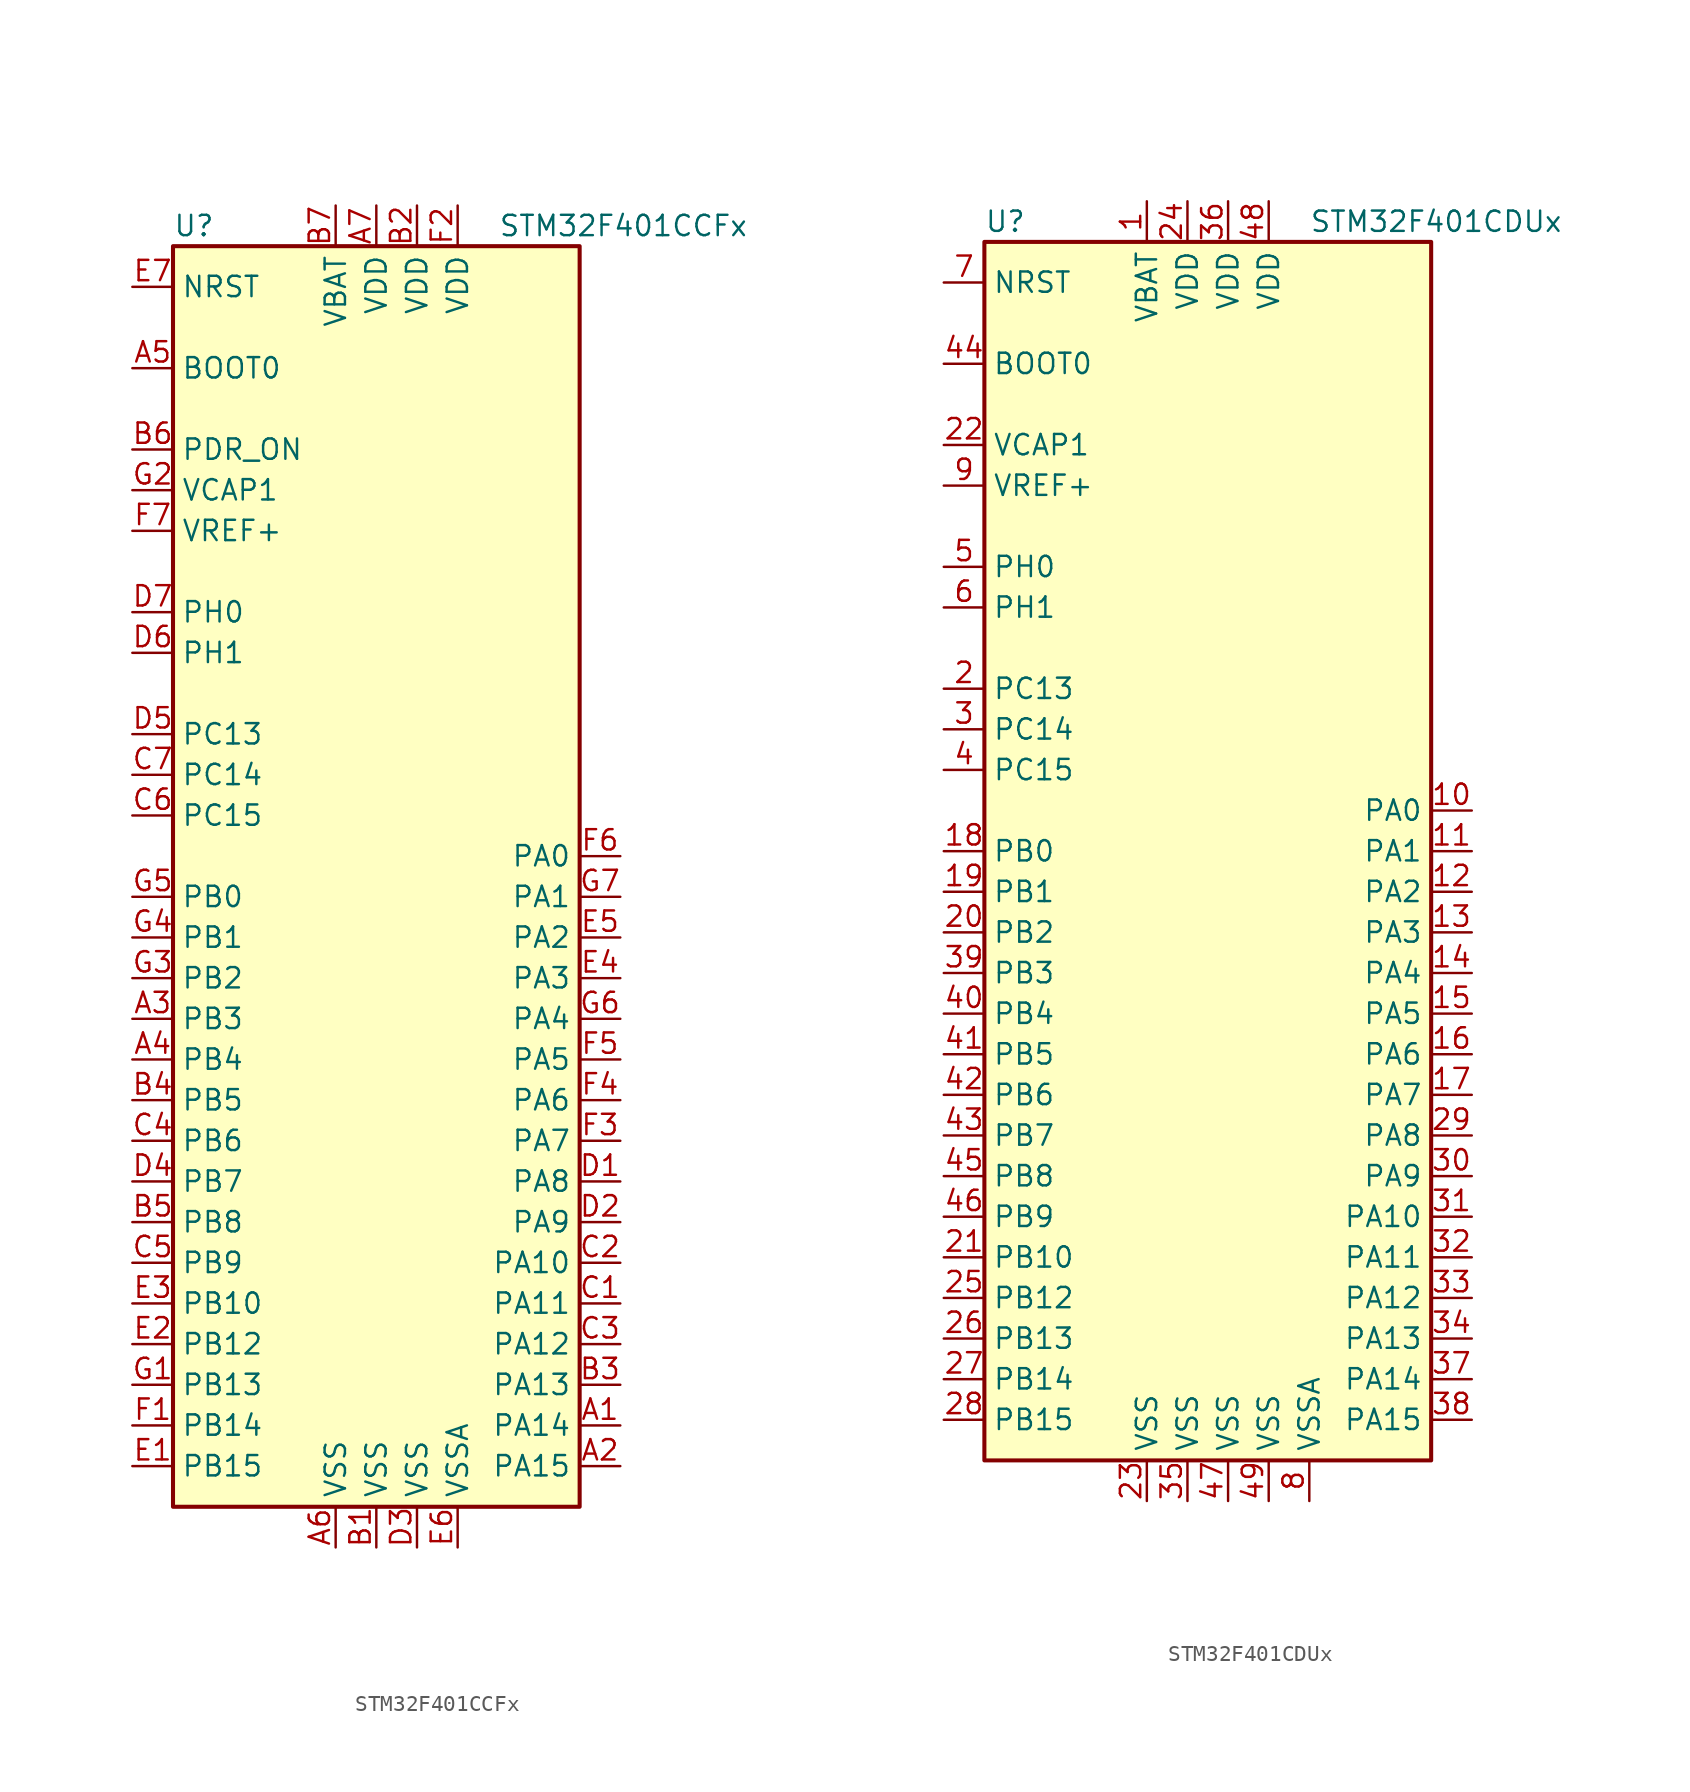
<source format=kicad_sym>
(kicad_symbol_lib
  (version 20220914)
  (generator kicad_symbol_editor)
  (symbol "STM32F401CCFx"
    (property "Reference" "U"
      (at -12.7 39.37 0)
      (effects (font (size 1.27 1.27)) (justify left)))
    (property "Value" "STM32F401CCFx"
      (at 7.62 39.37 0)
      (effects (font (size 1.27 1.27)) (justify left)))
    (symbol "STM32F401CCFx_0_1"
      (rectangle (start -12.7 -40.64) (end 12.7 38.1) (stroke (width 0.254) (type default)) (fill (type background))))
    (symbol "STM32F401CCFx_1_1"
      (pin bidirectional line (at 15.24 -35.56 180) (length 2.54) (name "PA14" (effects (font (size 1.27 1.27)))) (number "A1" (effects (font (size 1.27 1.27)))))
      (pin bidirectional line (at 15.24 -38.1 180) (length 2.54) (name "PA15" (effects (font (size 1.27 1.27)))) (number "A2" (effects (font (size 1.27 1.27)))))
      (pin bidirectional line (at -15.24 -10.16 0) (length 2.54) (name "PB3" (effects (font (size 1.27 1.27)))) (number "A3" (effects (font (size 1.27 1.27)))))
      (pin bidirectional line (at -15.24 -12.7 0) (length 2.54) (name "PB4" (effects (font (size 1.27 1.27)))) (number "A4" (effects (font (size 1.27 1.27)))))
      (pin input line (at -15.24 30.48 0) (length 2.54) (name "BOOT0" (effects (font (size 1.27 1.27)))) (number "A5" (effects (font (size 1.27 1.27)))))
      (pin power_in line (at -2.54 -43.18 90) (length 2.54) (name "VSS" (effects (font (size 1.27 1.27)))) (number "A6" (effects (font (size 1.27 1.27)))))
      (pin power_in line (at 0 40.64 270) (length 2.54) (name "VDD" (effects (font (size 1.27 1.27)))) (number "A7" (effects (font (size 1.27 1.27)))))
      (pin power_in line (at 0 -43.18 90) (length 2.54) (name "VSS" (effects (font (size 1.27 1.27)))) (number "B1" (effects (font (size 1.27 1.27)))))
      (pin power_in line (at 2.54 40.64 270) (length 2.54) (name "VDD" (effects (font (size 1.27 1.27)))) (number "B2" (effects (font (size 1.27 1.27)))))
      (pin bidirectional line (at 15.24 -33.02 180) (length 2.54) (name "PA13" (effects (font (size 1.27 1.27)))) (number "B3" (effects (font (size 1.27 1.27)))))
      (pin bidirectional line (at -15.24 -15.24 0) (length 2.54) (name "PB5" (effects (font (size 1.27 1.27)))) (number "B4" (effects (font (size 1.27 1.27)))))
      (pin bidirectional line (at -15.24 -22.86 0) (length 2.54) (name "PB8" (effects (font (size 1.27 1.27)))) (number "B5" (effects (font (size 1.27 1.27)))))
      (pin power_in line (at -15.24 25.4 0) (length 2.54) (name "PDR_ON" (effects (font (size 1.27 1.27)))) (number "B6" (effects (font (size 1.27 1.27)))))
      (pin power_in line (at -2.54 40.64 270) (length 2.54) (name "VBAT" (effects (font (size 1.27 1.27)))) (number "B7" (effects (font (size 1.27 1.27)))))
      (pin bidirectional line (at 15.24 -27.94 180) (length 2.54) (name "PA11" (effects (font (size 1.27 1.27)))) (number "C1" (effects (font (size 1.27 1.27)))))
      (pin bidirectional line (at 15.24 -25.4 180) (length 2.54) (name "PA10" (effects (font (size 1.27 1.27)))) (number "C2" (effects (font (size 1.27 1.27)))))
      (pin bidirectional line (at 15.24 -30.48 180) (length 2.54) (name "PA12" (effects (font (size 1.27 1.27)))) (number "C3" (effects (font (size 1.27 1.27)))))
      (pin bidirectional line (at -15.24 -17.78 0) (length 2.54) (name "PB6" (effects (font (size 1.27 1.27)))) (number "C4" (effects (font (size 1.27 1.27)))))
      (pin bidirectional line (at -15.24 -25.4 0) (length 2.54) (name "PB9" (effects (font (size 1.27 1.27)))) (number "C5" (effects (font (size 1.27 1.27)))))
      (pin bidirectional line (at -15.24 2.54 0) (length 2.54) (name "PC15" (effects (font (size 1.27 1.27)))) (number "C6" (effects (font (size 1.27 1.27)))))
      (pin bidirectional line (at -15.24 5.08 0) (length 2.54) (name "PC14" (effects (font (size 1.27 1.27)))) (number "C7" (effects (font (size 1.27 1.27)))))
      (pin bidirectional line (at 15.24 -20.32 180) (length 2.54) (name "PA8" (effects (font (size 1.27 1.27)))) (number "D1" (effects (font (size 1.27 1.27)))))
      (pin bidirectional line (at 15.24 -22.86 180) (length 2.54) (name "PA9" (effects (font (size 1.27 1.27)))) (number "D2" (effects (font (size 1.27 1.27)))))
      (pin power_in line (at 2.54 -43.18 90) (length 2.54) (name "VSS" (effects (font (size 1.27 1.27)))) (number "D3" (effects (font (size 1.27 1.27)))))
      (pin bidirectional line (at -15.24 -20.32 0) (length 2.54) (name "PB7" (effects (font (size 1.27 1.27)))) (number "D4" (effects (font (size 1.27 1.27)))))
      (pin bidirectional line (at -15.24 7.62 0) (length 2.54) (name "PC13" (effects (font (size 1.27 1.27)))) (number "D5" (effects (font (size 1.27 1.27)))))
      (pin input line (at -15.24 12.7 0) (length 2.54) (name "PH1" (effects (font (size 1.27 1.27)))) (number "D6" (effects (font (size 1.27 1.27)))))
      (pin input line (at -15.24 15.24 0) (length 2.54) (name "PH0" (effects (font (size 1.27 1.27)))) (number "D7" (effects (font (size 1.27 1.27)))))
      (pin bidirectional line (at -15.24 -38.1 0) (length 2.54) (name "PB15" (effects (font (size 1.27 1.27)))) (number "E1" (effects (font (size 1.27 1.27)))))
      (pin bidirectional line (at -15.24 -30.48 0) (length 2.54) (name "PB12" (effects (font (size 1.27 1.27)))) (number "E2" (effects (font (size 1.27 1.27)))))
      (pin bidirectional line (at -15.24 -27.94 0) (length 2.54) (name "PB10" (effects (font (size 1.27 1.27)))) (number "E3" (effects (font (size 1.27 1.27)))))
      (pin bidirectional line (at 15.24 -7.62 180) (length 2.54) (name "PA3" (effects (font (size 1.27 1.27)))) (number "E4" (effects (font (size 1.27 1.27)))))
      (pin bidirectional line (at 15.24 -5.08 180) (length 2.54) (name "PA2" (effects (font (size 1.27 1.27)))) (number "E5" (effects (font (size 1.27 1.27)))))
      (pin power_in line (at 5.08 -43.18 90) (length 2.54) (name "VSSA" (effects (font (size 1.27 1.27)))) (number "E6" (effects (font (size 1.27 1.27)))))
      (pin input line (at -15.24 35.56 0) (length 2.54) (name "NRST" (effects (font (size 1.27 1.27)))) (number "E7" (effects (font (size 1.27 1.27)))))
      (pin bidirectional line (at -15.24 -35.56 0) (length 2.54) (name "PB14" (effects (font (size 1.27 1.27)))) (number "F1" (effects (font (size 1.27 1.27)))))
      (pin power_in line (at 5.08 40.64 270) (length 2.54) (name "VDD" (effects (font (size 1.27 1.27)))) (number "F2" (effects (font (size 1.27 1.27)))))
      (pin bidirectional line (at 15.24 -17.78 180) (length 2.54) (name "PA7" (effects (font (size 1.27 1.27)))) (number "F3" (effects (font (size 1.27 1.27)))))
      (pin bidirectional line (at 15.24 -15.24 180) (length 2.54) (name "PA6" (effects (font (size 1.27 1.27)))) (number "F4" (effects (font (size 1.27 1.27)))))
      (pin bidirectional line (at 15.24 -12.7 180) (length 2.54) (name "PA5" (effects (font (size 1.27 1.27)))) (number "F5" (effects (font (size 1.27 1.27)))))
      (pin bidirectional line (at 15.24 0 180) (length 2.54) (name "PA0" (effects (font (size 1.27 1.27)))) (number "F6" (effects (font (size 1.27 1.27)))))
      (pin power_in line (at -15.24 20.32 0) (length 2.54) (name "VREF+" (effects (font (size 1.27 1.27)))) (number "F7" (effects (font (size 1.27 1.27)))))
      (pin bidirectional line (at -15.24 -33.02 0) (length 2.54) (name "PB13" (effects (font (size 1.27 1.27)))) (number "G1" (effects (font (size 1.27 1.27)))))
      (pin power_in line (at -15.24 22.86 0) (length 2.54) (name "VCAP1" (effects (font (size 1.27 1.27)))) (number "G2" (effects (font (size 1.27 1.27)))))
      (pin bidirectional line (at -15.24 -7.62 0) (length 2.54) (name "PB2" (effects (font (size 1.27 1.27)))) (number "G3" (effects (font (size 1.27 1.27)))))
      (pin bidirectional line (at -15.24 -5.08 0) (length 2.54) (name "PB1" (effects (font (size 1.27 1.27)))) (number "G4" (effects (font (size 1.27 1.27)))))
      (pin bidirectional line (at -15.24 -2.54 0) (length 2.54) (name "PB0" (effects (font (size 1.27 1.27)))) (number "G5" (effects (font (size 1.27 1.27)))))
      (pin bidirectional line (at 15.24 -10.16 180) (length 2.54) (name "PA4" (effects (font (size 1.27 1.27)))) (number "G6" (effects (font (size 1.27 1.27)))))
      (pin bidirectional line (at 15.24 -2.54 180) (length 2.54) (name "PA1" (effects (font (size 1.27 1.27)))) (number "G7" (effects (font (size 1.27 1.27)))))))
  (symbol "STM32F401CDUx"
    (property "Reference" "U"
      (at -15.24 39.37 0)
      (effects (font (size 1.27 1.27)) (justify left)))
    (property "Value" "STM32F401CDUx"
      (at 5.08 39.37 0)
      (effects (font (size 1.27 1.27)) (justify left)))
    (symbol "STM32F401CDUx_0_1"
      (rectangle (start -15.24 -38.1) (end 12.7 38.1) (stroke (width 0.254) (type default)) (fill (type background))))
    (symbol "STM32F401CDUx_1_1"
      (pin power_in line (at -5.08 40.64 270) (length 2.54) (name "VBAT" (effects (font (size 1.27 1.27)))) (number "1" (effects (font (size 1.27 1.27)))))
      (pin bidirectional line (at 15.24 2.54 180) (length 2.54) (name "PA0" (effects (font (size 1.27 1.27)))) (number "10" (effects (font (size 1.27 1.27)))))
      (pin bidirectional line (at 15.24 0 180) (length 2.54) (name "PA1" (effects (font (size 1.27 1.27)))) (number "11" (effects (font (size 1.27 1.27)))))
      (pin bidirectional line (at 15.24 -2.54 180) (length 2.54) (name "PA2" (effects (font (size 1.27 1.27)))) (number "12" (effects (font (size 1.27 1.27)))))
      (pin bidirectional line (at 15.24 -5.08 180) (length 2.54) (name "PA3" (effects (font (size 1.27 1.27)))) (number "13" (effects (font (size 1.27 1.27)))))
      (pin bidirectional line (at 15.24 -7.62 180) (length 2.54) (name "PA4" (effects (font (size 1.27 1.27)))) (number "14" (effects (font (size 1.27 1.27)))))
      (pin bidirectional line (at 15.24 -10.16 180) (length 2.54) (name "PA5" (effects (font (size 1.27 1.27)))) (number "15" (effects (font (size 1.27 1.27)))))
      (pin bidirectional line (at 15.24 -12.7 180) (length 2.54) (name "PA6" (effects (font (size 1.27 1.27)))) (number "16" (effects (font (size 1.27 1.27)))))
      (pin bidirectional line (at 15.24 -15.24 180) (length 2.54) (name "PA7" (effects (font (size 1.27 1.27)))) (number "17" (effects (font (size 1.27 1.27)))))
      (pin bidirectional line (at -17.78 0 0) (length 2.54) (name "PB0" (effects (font (size 1.27 1.27)))) (number "18" (effects (font (size 1.27 1.27)))))
      (pin bidirectional line (at -17.78 -2.54 0) (length 2.54) (name "PB1" (effects (font (size 1.27 1.27)))) (number "19" (effects (font (size 1.27 1.27)))))
      (pin bidirectional line (at -17.78 10.16 0) (length 2.54) (name "PC13" (effects (font (size 1.27 1.27)))) (number "2" (effects (font (size 1.27 1.27)))))
      (pin bidirectional line (at -17.78 -5.08 0) (length 2.54) (name "PB2" (effects (font (size 1.27 1.27)))) (number "20" (effects (font (size 1.27 1.27)))))
      (pin bidirectional line (at -17.78 -25.4 0) (length 2.54) (name "PB10" (effects (font (size 1.27 1.27)))) (number "21" (effects (font (size 1.27 1.27)))))
      (pin power_in line (at -17.78 25.4 0) (length 2.54) (name "VCAP1" (effects (font (size 1.27 1.27)))) (number "22" (effects (font (size 1.27 1.27)))))
      (pin power_in line (at -5.08 -40.64 90) (length 2.54) (name "VSS" (effects (font (size 1.27 1.27)))) (number "23" (effects (font (size 1.27 1.27)))))
      (pin power_in line (at -2.54 40.64 270) (length 2.54) (name "VDD" (effects (font (size 1.27 1.27)))) (number "24" (effects (font (size 1.27 1.27)))))
      (pin bidirectional line (at -17.78 -27.94 0) (length 2.54) (name "PB12" (effects (font (size 1.27 1.27)))) (number "25" (effects (font (size 1.27 1.27)))))
      (pin bidirectional line (at -17.78 -30.48 0) (length 2.54) (name "PB13" (effects (font (size 1.27 1.27)))) (number "26" (effects (font (size 1.27 1.27)))))
      (pin bidirectional line (at -17.78 -33.02 0) (length 2.54) (name "PB14" (effects (font (size 1.27 1.27)))) (number "27" (effects (font (size 1.27 1.27)))))
      (pin bidirectional line (at -17.78 -35.56 0) (length 2.54) (name "PB15" (effects (font (size 1.27 1.27)))) (number "28" (effects (font (size 1.27 1.27)))))
      (pin bidirectional line (at 15.24 -17.78 180) (length 2.54) (name "PA8" (effects (font (size 1.27 1.27)))) (number "29" (effects (font (size 1.27 1.27)))))
      (pin bidirectional line (at -17.78 7.62 0) (length 2.54) (name "PC14" (effects (font (size 1.27 1.27)))) (number "3" (effects (font (size 1.27 1.27)))))
      (pin bidirectional line (at 15.24 -20.32 180) (length 2.54) (name "PA9" (effects (font (size 1.27 1.27)))) (number "30" (effects (font (size 1.27 1.27)))))
      (pin bidirectional line (at 15.24 -22.86 180) (length 2.54) (name "PA10" (effects (font (size 1.27 1.27)))) (number "31" (effects (font (size 1.27 1.27)))))
      (pin bidirectional line (at 15.24 -25.4 180) (length 2.54) (name "PA11" (effects (font (size 1.27 1.27)))) (number "32" (effects (font (size 1.27 1.27)))))
      (pin bidirectional line (at 15.24 -27.94 180) (length 2.54) (name "PA12" (effects (font (size 1.27 1.27)))) (number "33" (effects (font (size 1.27 1.27)))))
      (pin bidirectional line (at 15.24 -30.48 180) (length 2.54) (name "PA13" (effects (font (size 1.27 1.27)))) (number "34" (effects (font (size 1.27 1.27)))))
      (pin power_in line (at -2.54 -40.64 90) (length 2.54) (name "VSS" (effects (font (size 1.27 1.27)))) (number "35" (effects (font (size 1.27 1.27)))))
      (pin power_in line (at 0 40.64 270) (length 2.54) (name "VDD" (effects (font (size 1.27 1.27)))) (number "36" (effects (font (size 1.27 1.27)))))
      (pin bidirectional line (at 15.24 -33.02 180) (length 2.54) (name "PA14" (effects (font (size 1.27 1.27)))) (number "37" (effects (font (size 1.27 1.27)))))
      (pin bidirectional line (at 15.24 -35.56 180) (length 2.54) (name "PA15" (effects (font (size 1.27 1.27)))) (number "38" (effects (font (size 1.27 1.27)))))
      (pin bidirectional line (at -17.78 -7.62 0) (length 2.54) (name "PB3" (effects (font (size 1.27 1.27)))) (number "39" (effects (font (size 1.27 1.27)))))
      (pin bidirectional line (at -17.78 5.08 0) (length 2.54) (name "PC15" (effects (font (size 1.27 1.27)))) (number "4" (effects (font (size 1.27 1.27)))))
      (pin bidirectional line (at -17.78 -10.16 0) (length 2.54) (name "PB4" (effects (font (size 1.27 1.27)))) (number "40" (effects (font (size 1.27 1.27)))))
      (pin bidirectional line (at -17.78 -12.7 0) (length 2.54) (name "PB5" (effects (font (size 1.27 1.27)))) (number "41" (effects (font (size 1.27 1.27)))))
      (pin bidirectional line (at -17.78 -15.24 0) (length 2.54) (name "PB6" (effects (font (size 1.27 1.27)))) (number "42" (effects (font (size 1.27 1.27)))))
      (pin bidirectional line (at -17.78 -17.78 0) (length 2.54) (name "PB7" (effects (font (size 1.27 1.27)))) (number "43" (effects (font (size 1.27 1.27)))))
      (pin input line (at -17.78 30.48 0) (length 2.54) (name "BOOT0" (effects (font (size 1.27 1.27)))) (number "44" (effects (font (size 1.27 1.27)))))
      (pin bidirectional line (at -17.78 -20.32 0) (length 2.54) (name "PB8" (effects (font (size 1.27 1.27)))) (number "45" (effects (font (size 1.27 1.27)))))
      (pin bidirectional line (at -17.78 -22.86 0) (length 2.54) (name "PB9" (effects (font (size 1.27 1.27)))) (number "46" (effects (font (size 1.27 1.27)))))
      (pin power_in line (at 0 -40.64 90) (length 2.54) (name "VSS" (effects (font (size 1.27 1.27)))) (number "47" (effects (font (size 1.27 1.27)))))
      (pin power_in line (at 2.54 40.64 270) (length 2.54) (name "VDD" (effects (font (size 1.27 1.27)))) (number "48" (effects (font (size 1.27 1.27)))))
      (pin power_in line (at 2.54 -40.64 90) (length 2.54) (name "VSS" (effects (font (size 1.27 1.27)))) (number "49" (effects (font (size 1.27 1.27)))))
      (pin input line (at -17.78 17.78 0) (length 2.54) (name "PH0" (effects (font (size 1.27 1.27)))) (number "5" (effects (font (size 1.27 1.27)))))
      (pin input line (at -17.78 15.24 0) (length 2.54) (name "PH1" (effects (font (size 1.27 1.27)))) (number "6" (effects (font (size 1.27 1.27)))))
      (pin input line (at -17.78 35.56 0) (length 2.54) (name "NRST" (effects (font (size 1.27 1.27)))) (number "7" (effects (font (size 1.27 1.27)))))
      (pin power_in line (at 5.08 -40.64 90) (length 2.54) (name "VSSA" (effects (font (size 1.27 1.27)))) (number "8" (effects (font (size 1.27 1.27)))))
      (pin power_in line (at -17.78 22.86 0) (length 2.54) (name "VREF+" (effects (font (size 1.27 1.27)))) (number "9" (effects (font (size 1.27 1.27))))))))
</source>
